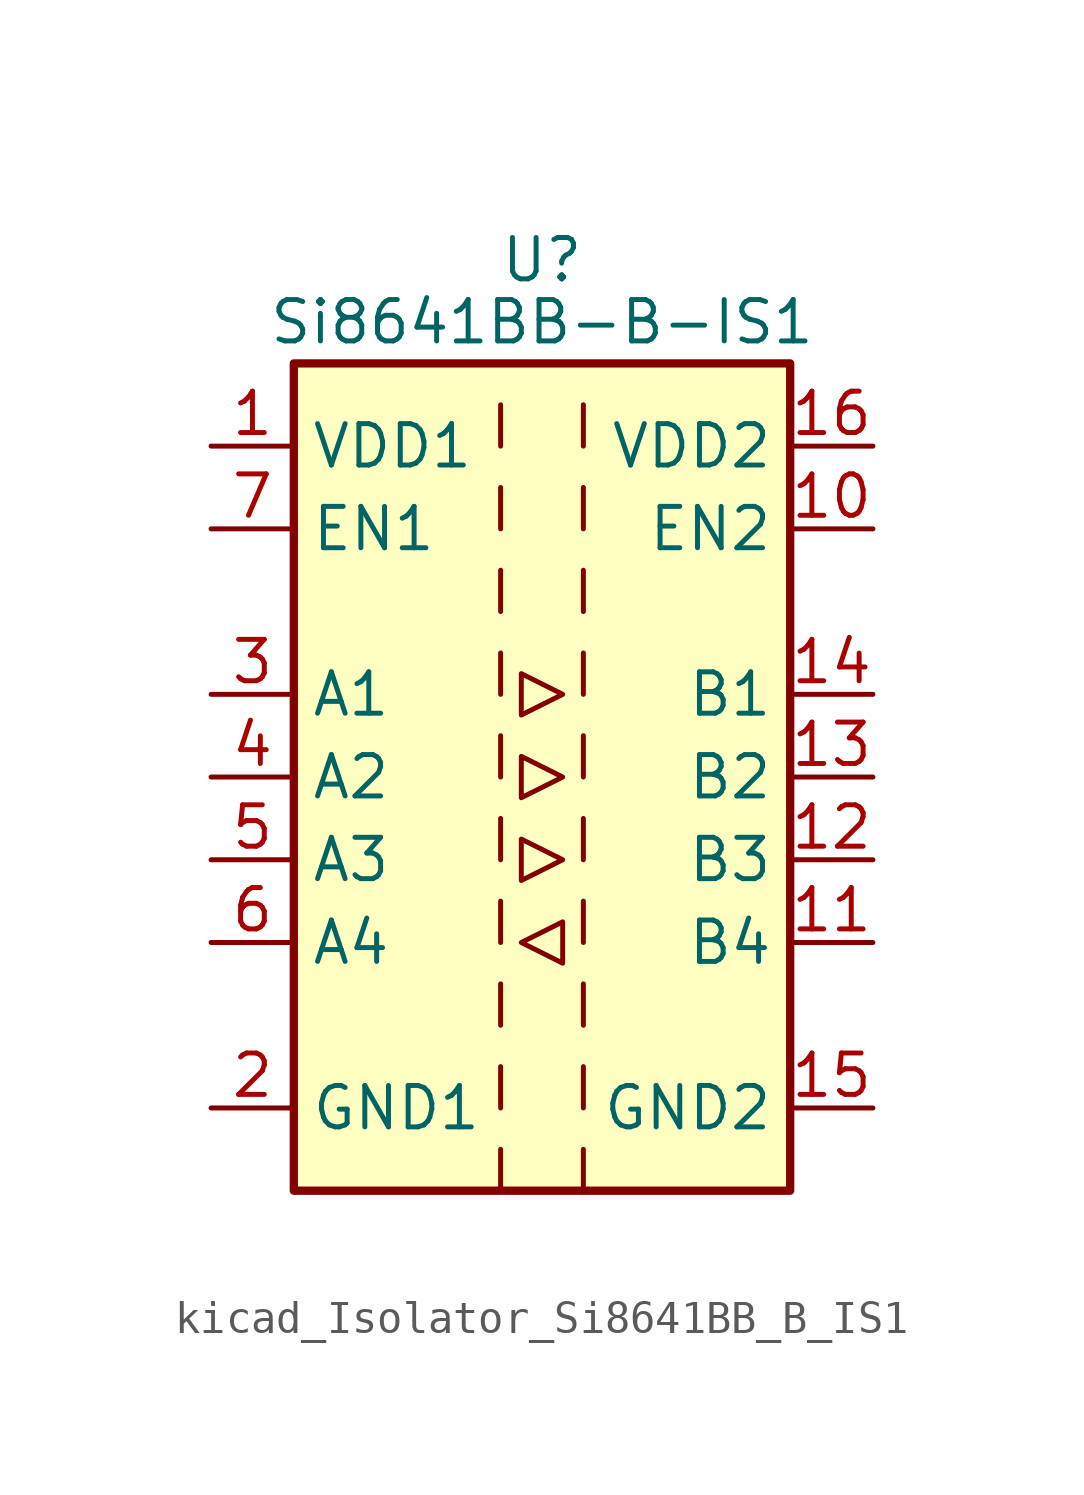
<source format=kicad_sym>
(kicad_symbol_lib
  (version 20220914)
  (generator kicad_symbol_editor)
  (symbol "kicad_Isolator_Si8641BB_B_IS1"
    (property "Reference" "U"
      (at 0 15.875 0)
      (effects (font (size 1.27 1.27))))
    (property "Value" "Si8641BB-B-IS1"
      (at 0 13.97 0)
      (effects (font (size 1.27 1.27))))
    (symbol "kicad_Isolator_Si8641BB_B_IS1_0_1"
      (rectangle (start -7.62 12.7) (end 7.62 -12.7) (stroke (width 0.254) (type default)) (fill (type background)))
      (polyline (pts (xy -1.27 -11.43) (xy -1.27 -12.7)) (stroke (width 0) (type default)) (fill (type none)))
      (polyline (pts (xy -1.27 -8.89) (xy -1.27 -10.16)) (stroke (width 0) (type default)) (fill (type none)))
      (polyline (pts (xy -1.27 -6.35) (xy -1.27 -7.62)) (stroke (width 0) (type default)) (fill (type none)))
      (polyline (pts (xy -1.27 -3.81) (xy -1.27 -5.08)) (stroke (width 0) (type default)) (fill (type none)))
      (polyline (pts (xy -1.27 -1.27) (xy -1.27 -2.54)) (stroke (width 0) (type default)) (fill (type none)))
      (polyline (pts (xy -1.27 1.27) (xy -1.27 0)) (stroke (width 0) (type default)) (fill (type none)))
      (polyline (pts (xy -1.27 3.81) (xy -1.27 2.54)) (stroke (width 0) (type default)) (fill (type none)))
      (polyline (pts (xy -1.27 6.35) (xy -1.27 5.08)) (stroke (width 0) (type default)) (fill (type none)))
      (polyline (pts (xy -1.27 8.89) (xy -1.27 7.62)) (stroke (width 0) (type default)) (fill (type none)))
      (polyline (pts (xy -1.27 11.43) (xy -1.27 10.16)) (stroke (width 0) (type default)) (fill (type none)))
      (polyline (pts (xy 1.27 -11.43) (xy 1.27 -12.7)) (stroke (width 0) (type default)) (fill (type none)))
      (polyline (pts (xy 1.27 -8.89) (xy 1.27 -10.16)) (stroke (width 0) (type default)) (fill (type none)))
      (polyline (pts (xy 1.27 -6.35) (xy 1.27 -7.62)) (stroke (width 0) (type default)) (fill (type none)))
      (polyline (pts (xy 1.27 -3.81) (xy 1.27 -5.08)) (stroke (width 0) (type default)) (fill (type none)))
      (polyline (pts (xy 1.27 -1.27) (xy 1.27 -2.54)) (stroke (width 0) (type default)) (fill (type none)))
      (polyline (pts (xy 1.27 1.27) (xy 1.27 0)) (stroke (width 0) (type default)) (fill (type none)))
      (polyline (pts (xy 1.27 3.81) (xy 1.27 2.54)) (stroke (width 0) (type default)) (fill (type none)))
      (polyline (pts (xy 1.27 6.35) (xy 1.27 5.08)) (stroke (width 0) (type default)) (fill (type none)))
      (polyline (pts (xy 1.27 8.89) (xy 1.27 7.62)) (stroke (width 0) (type default)) (fill (type none)))
      (polyline (pts (xy 1.27 11.43) (xy 1.27 10.16)) (stroke (width 0) (type default)) (fill (type none)))
      (polyline (pts (xy -0.635 -5.08) (xy 0.635 -4.445) (xy 0.635 -5.715) (xy -0.635 -5.08)) (stroke (width 0) (type default)) (fill (type none)))
      (polyline (pts (xy -0.635 0.635) (xy -0.635 -0.635) (xy 0.635 0) (xy -0.635 0.635)) (stroke (width 0) (type default)) (fill (type none)))
      (polyline (pts (xy -0.635 3.175) (xy -0.635 1.905) (xy 0.635 2.54) (xy -0.635 3.175)) (stroke (width 0) (type default)) (fill (type none)))
      (polyline (pts (xy 0.635 -2.54) (xy -0.635 -1.905) (xy -0.635 -3.175) (xy 0.635 -2.54)) (stroke (width 0) (type default)) (fill (type none))))
    (symbol "kicad_Isolator_Si8641BB_B_IS1_1_1"
      (pin power_in line (at -10.16 10.16 0) (length 2.54) (name "VDD1" (effects (font (size 1.27 1.27)))) (number "1" (effects (font (size 1.27 1.27)))))
      (pin input line (at 10.16 7.62 180) (length 2.54) (name "EN2" (effects (font (size 1.27 1.27)))) (number "10" (effects (font (size 1.27 1.27)))))
      (pin input line (at 10.16 -5.08 180) (length 2.54) (name "B4" (effects (font (size 1.27 1.27)))) (number "11" (effects (font (size 1.27 1.27)))))
      (pin output line (at 10.16 -2.54 180) (length 2.54) (name "B3" (effects (font (size 1.27 1.27)))) (number "12" (effects (font (size 1.27 1.27)))))
      (pin output line (at 10.16 0 180) (length 2.54) (name "B2" (effects (font (size 1.27 1.27)))) (number "13" (effects (font (size 1.27 1.27)))))
      (pin output line (at 10.16 2.54 180) (length 2.54) (name "B1" (effects (font (size 1.27 1.27)))) (number "14" (effects (font (size 1.27 1.27)))))
      (pin power_in line (at 10.16 -10.16 180) (length 2.54) (name "GND2" (effects (font (size 1.27 1.27)))) (number "15" (effects (font (size 1.27 1.27)))))
      (pin power_in line (at 10.16 10.16 180) (length 2.54) (name "VDD2" (effects (font (size 1.27 1.27)))) (number "16" (effects (font (size 1.27 1.27)))))
      (pin power_in line (at -10.16 -10.16 0) (length 2.54) (name "GND1" (effects (font (size 1.27 1.27)))) (number "2" (effects (font (size 1.27 1.27)))))
      (pin input line (at -10.16 2.54 0) (length 2.54) (name "A1" (effects (font (size 1.27 1.27)))) (number "3" (effects (font (size 1.27 1.27)))))
      (pin input line (at -10.16 0 0) (length 2.54) (name "A2" (effects (font (size 1.27 1.27)))) (number "4" (effects (font (size 1.27 1.27)))))
      (pin input line (at -10.16 -2.54 0) (length 2.54) (name "A3" (effects (font (size 1.27 1.27)))) (number "5" (effects (font (size 1.27 1.27)))))
      (pin output line (at -10.16 -5.08 0) (length 2.54) (name "A4" (effects (font (size 1.27 1.27)))) (number "6" (effects (font (size 1.27 1.27)))))
      (pin input line (at -10.16 7.62 0) (length 2.54) (name "EN1" (effects (font (size 1.27 1.27)))) (number "7" (effects (font (size 1.27 1.27)))))
      (pin passive line (at -10.16 -10.16 0) (length 2.54) hide (name "GND1" (effects (font (size 1.27 1.27)))) (number "8" (effects (font (size 1.27 1.27)))))
      (pin passive line (at 10.16 -10.16 180) (length 2.54) hide (name "GND2" (effects (font (size 1.27 1.27)))) (number "9" (effects (font (size 1.27 1.27))))))))
</source>
